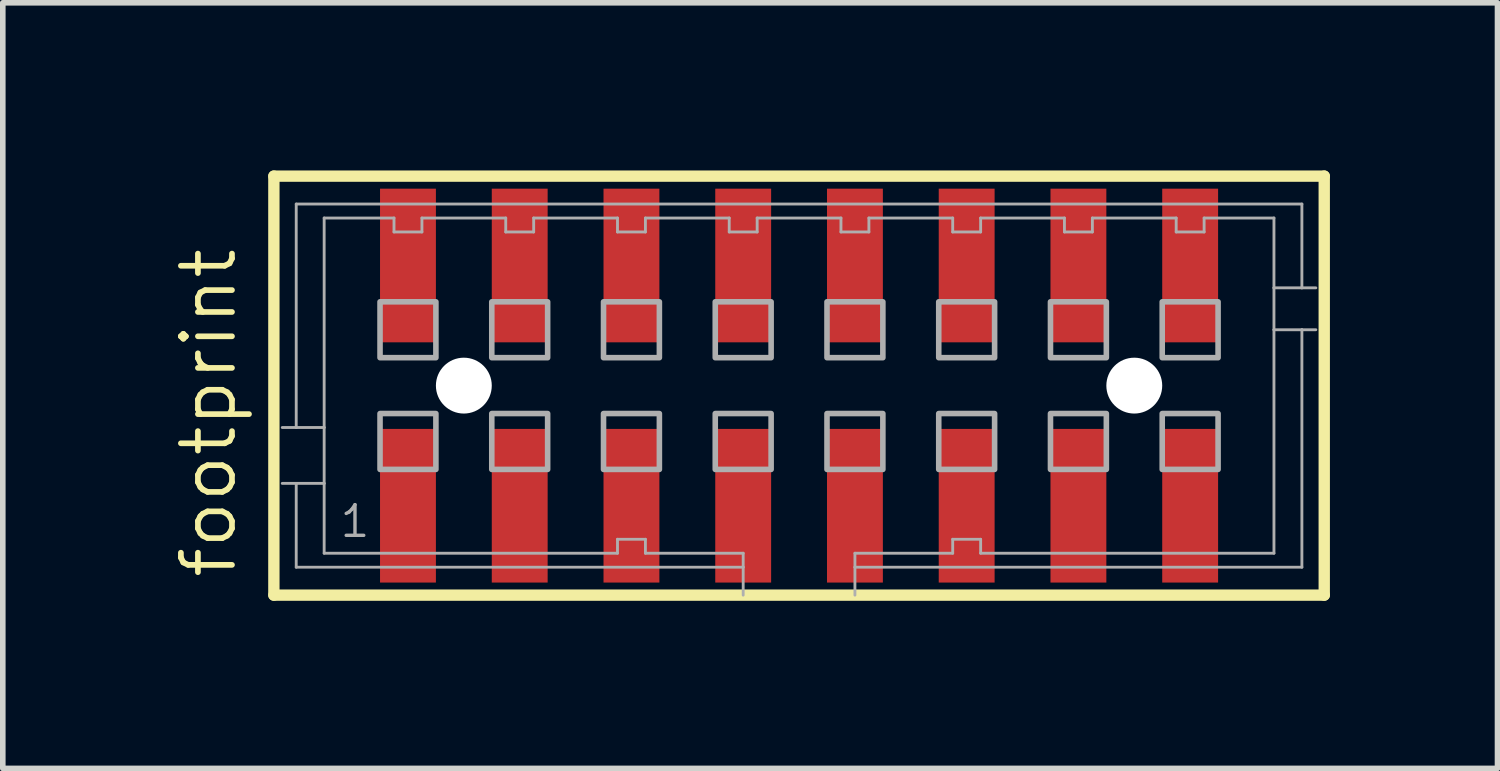
<source format=kicad_pcb>
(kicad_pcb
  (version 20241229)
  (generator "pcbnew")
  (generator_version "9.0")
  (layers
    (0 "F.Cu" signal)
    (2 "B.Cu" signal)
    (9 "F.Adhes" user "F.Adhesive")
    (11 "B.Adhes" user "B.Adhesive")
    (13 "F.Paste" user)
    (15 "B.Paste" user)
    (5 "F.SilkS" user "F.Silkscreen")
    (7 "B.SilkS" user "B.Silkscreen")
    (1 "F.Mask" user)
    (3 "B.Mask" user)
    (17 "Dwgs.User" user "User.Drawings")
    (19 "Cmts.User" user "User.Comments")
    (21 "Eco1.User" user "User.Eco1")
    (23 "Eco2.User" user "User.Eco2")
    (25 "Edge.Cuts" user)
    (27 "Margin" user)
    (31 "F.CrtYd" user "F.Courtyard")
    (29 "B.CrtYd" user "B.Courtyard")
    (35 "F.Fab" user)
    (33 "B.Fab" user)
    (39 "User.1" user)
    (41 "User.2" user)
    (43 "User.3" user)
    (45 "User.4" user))
  (footprint "footprint"
    (layer "F.Cu")
    (at 11.252 3.852)
    (property "Reference" "footprint" (at -10.033 3.493 90) (layer "F.SilkS") (effects (font (size 0.914 0.914) (thickness 0.102)) (justify left bottom)))
    (fp_line (start -9.4 -3.75) (end 9.4 -3.75) (stroke (width 0.203) (type solid)) (layer "F.SilkS"))
    (fp_line (start -9.4 3.75) (end -9.4 -3.75) (stroke (width 0.203) (type solid)) (layer "F.SilkS"))
    (fp_line (start 9.4 -3.75) (end 9.4 3.75) (stroke (width 0.203) (type solid)) (layer "F.SilkS"))
    (fp_line (start 9.4 3.75) (end -9.4 3.75) (stroke (width 0.203) (type solid)) (layer "F.SilkS"))
    (fp_line (start -9 -3.25) (end 9 -3.25) (stroke (width 0.051) (type solid)) (layer "F.Fab"))
    (fp_line (start -9 0.75) (end -9.25 0.75) (stroke (width 0.051) (type solid)) (layer "F.Fab"))
    (fp_line (start -9 0.75) (end -9 -3.25) (stroke (width 0.051) (type solid)) (layer "F.Fab"))
    (fp_line (start -9 1.75) (end -9.25 1.75) (stroke (width 0.051) (type solid)) (layer "F.Fab"))
    (fp_line (start -9 3.25) (end -9 1.75) (stroke (width 0.051) (type solid)) (layer "F.Fab"))
    (fp_line (start -8.5 -3) (end -8.5 0.75) (stroke (width 0.051) (type solid)) (layer "F.Fab"))
    (fp_line (start -8.5 0.75) (end -9 0.75) (stroke (width 0.051) (type solid)) (layer "F.Fab"))
    (fp_line (start -8.5 0.75) (end -8.5 1.75) (stroke (width 0.051) (type solid)) (layer "F.Fab"))
    (fp_line (start -8.5 1.75) (end -9 1.75) (stroke (width 0.051) (type solid)) (layer "F.Fab"))
    (fp_line (start -8.5 1.75) (end -8.5 3) (stroke (width 0.051) (type solid)) (layer "F.Fab"))
    (fp_line (start -8.5 3) (end -3.25 3) (stroke (width 0.051) (type solid)) (layer "F.Fab"))
    (fp_line (start -7.25 -3) (end -8.5 -3) (stroke (width 0.051) (type solid)) (layer "F.Fab"))
    (fp_line (start -7.25 -2.75) (end -7.25 -3) (stroke (width 0.051) (type solid)) (layer "F.Fab"))
    (fp_line (start -6.75 -3) (end -6.75 -2.75) (stroke (width 0.051) (type solid)) (layer "F.Fab"))
    (fp_line (start -6.75 -2.75) (end -7.25 -2.75) (stroke (width 0.051) (type solid)) (layer "F.Fab"))
    (fp_line (start -5.25 -3) (end -6.75 -3) (stroke (width 0.051) (type solid)) (layer "F.Fab"))
    (fp_line (start -5.25 -2.75) (end -5.25 -3) (stroke (width 0.051) (type solid)) (layer "F.Fab"))
    (fp_line (start -4.75 -3) (end -4.75 -2.75) (stroke (width 0.051) (type solid)) (layer "F.Fab"))
    (fp_line (start -4.75 -2.75) (end -5.25 -2.75) (stroke (width 0.051) (type solid)) (layer "F.Fab"))
    (fp_line (start -3.25 -3) (end -4.75 -3) (stroke (width 0.051) (type solid)) (layer "F.Fab"))
    (fp_line (start -3.25 -2.75) (end -3.25 -3) (stroke (width 0.051) (type solid)) (layer "F.Fab"))
    (fp_line (start -3.25 2.75) (end -2.75 2.75) (stroke (width 0.051) (type solid)) (layer "F.Fab"))
    (fp_line (start -3.25 3) (end -3.25 2.75) (stroke (width 0.051) (type solid)) (layer "F.Fab"))
    (fp_line (start -2.75 -3) (end -2.75 -2.75) (stroke (width 0.051) (type solid)) (layer "F.Fab"))
    (fp_line (start -2.75 -2.75) (end -3.25 -2.75) (stroke (width 0.051) (type solid)) (layer "F.Fab"))
    (fp_line (start -2.75 2.75) (end -2.75 3) (stroke (width 0.051) (type solid)) (layer "F.Fab"))
    (fp_line (start -2.75 3) (end -1 3) (stroke (width 0.051) (type solid)) (layer "F.Fab"))
    (fp_line (start -1.25 -3) (end -2.75 -3) (stroke (width 0.051) (type solid)) (layer "F.Fab"))
    (fp_line (start -1.25 -2.75) (end -1.25 -3) (stroke (width 0.051) (type solid)) (layer "F.Fab"))
    (fp_line (start -1 3) (end -1 3.25) (stroke (width 0.051) (type solid)) (layer "F.Fab"))
    (fp_line (start -1 3.25) (end -9 3.25) (stroke (width 0.051) (type solid)) (layer "F.Fab"))
    (fp_line (start -1 3.25) (end -1 3.75) (stroke (width 0.051) (type solid)) (layer "F.Fab"))
    (fp_line (start -0.75 -3) (end -0.75 -2.75) (stroke (width 0.051) (type solid)) (layer "F.Fab"))
    (fp_line (start -0.75 -2.75) (end -1.25 -2.75) (stroke (width 0.051) (type solid)) (layer "F.Fab"))
    (fp_line (start 0.75 -3) (end -0.75 -3) (stroke (width 0.051) (type solid)) (layer "F.Fab"))
    (fp_line (start 0.75 -2.75) (end 0.75 -3) (stroke (width 0.051) (type solid)) (layer "F.Fab"))
    (fp_line (start 1 3) (end 2.75 3) (stroke (width 0.051) (type solid)) (layer "F.Fab"))
    (fp_line (start 1 3.25) (end 1 3) (stroke (width 0.051) (type solid)) (layer "F.Fab"))
    (fp_line (start 1 3.75) (end 1 3.25) (stroke (width 0.051) (type solid)) (layer "F.Fab"))
    (fp_line (start 1.25 -3) (end 1.25 -2.75) (stroke (width 0.051) (type solid)) (layer "F.Fab"))
    (fp_line (start 1.25 -2.75) (end 0.75 -2.75) (stroke (width 0.051) (type solid)) (layer "F.Fab"))
    (fp_line (start 2.75 -3) (end 1.25 -3) (stroke (width 0.051) (type solid)) (layer "F.Fab"))
    (fp_line (start 2.75 -2.75) (end 2.75 -3) (stroke (width 0.051) (type solid)) (layer "F.Fab"))
    (fp_line (start 2.75 2.75) (end 3.25 2.75) (stroke (width 0.051) (type solid)) (layer "F.Fab"))
    (fp_line (start 2.75 3) (end 2.75 2.75) (stroke (width 0.051) (type solid)) (layer "F.Fab"))
    (fp_line (start 3.25 -3) (end 3.25 -2.75) (stroke (width 0.051) (type solid)) (layer "F.Fab"))
    (fp_line (start 3.25 -2.75) (end 2.75 -2.75) (stroke (width 0.051) (type solid)) (layer "F.Fab"))
    (fp_line (start 3.25 2.75) (end 3.25 3) (stroke (width 0.051) (type solid)) (layer "F.Fab"))
    (fp_line (start 3.25 3) (end 8.5 3) (stroke (width 0.051) (type solid)) (layer "F.Fab"))
    (fp_line (start 4.75 -3) (end 3.25 -3) (stroke (width 0.051) (type solid)) (layer "F.Fab"))
    (fp_line (start 4.75 -2.75) (end 4.75 -3) (stroke (width 0.051) (type solid)) (layer "F.Fab"))
    (fp_line (start 5.25 -3) (end 5.25 -2.75) (stroke (width 0.051) (type solid)) (layer "F.Fab"))
    (fp_line (start 5.25 -2.75) (end 4.75 -2.75) (stroke (width 0.051) (type solid)) (layer "F.Fab"))
    (fp_line (start 6.75 -3) (end 5.25 -3) (stroke (width 0.051) (type solid)) (layer "F.Fab"))
    (fp_line (start 6.75 -2.75) (end 6.75 -3) (stroke (width 0.051) (type solid)) (layer "F.Fab"))
    (fp_line (start 7.25 -3) (end 7.25 -2.75) (stroke (width 0.051) (type solid)) (layer "F.Fab"))
    (fp_line (start 7.25 -2.75) (end 6.75 -2.75) (stroke (width 0.051) (type solid)) (layer "F.Fab"))
    (fp_line (start 8.5 -3) (end 7.25 -3) (stroke (width 0.051) (type solid)) (layer "F.Fab"))
    (fp_line (start 8.5 -1.75) (end 8.5 -3) (stroke (width 0.051) (type solid)) (layer "F.Fab"))
    (fp_line (start 8.5 -1.75) (end 9 -1.75) (stroke (width 0.051) (type solid)) (layer "F.Fab"))
    (fp_line (start 8.5 -1) (end 8.5 -1.75) (stroke (width 0.051) (type solid)) (layer "F.Fab"))
    (fp_line (start 8.5 -1) (end 9 -1) (stroke (width 0.051) (type solid)) (layer "F.Fab"))
    (fp_line (start 8.5 3) (end 8.5 -1) (stroke (width 0.051) (type solid)) (layer "F.Fab"))
    (fp_line (start 9 -3.25) (end 9 -1.75) (stroke (width 0.051) (type solid)) (layer "F.Fab"))
    (fp_line (start 9 -1.75) (end 9.25 -1.75) (stroke (width 0.051) (type solid)) (layer "F.Fab"))
    (fp_line (start 9 -1) (end 9 3.25) (stroke (width 0.051) (type solid)) (layer "F.Fab"))
    (fp_line (start 9 -1) (end 9.25 -1) (stroke (width 0.051) (type solid)) (layer "F.Fab"))
    (fp_line (start 9 3.25) (end 1 3.25) (stroke (width 0.051) (type solid)) (layer "F.Fab"))
    (fp_poly (pts (xy -7.5 -0.5) (xy -6.5 -0.5) (xy -6.5 -1.5) (xy -7.5 -1.5)) (stroke (width 0.1) (type solid)) (fill no) (layer "F.Fab"))
    (fp_poly (pts (xy -7.5 1.5) (xy -6.5 1.5) (xy -6.5 0.5) (xy -7.5 0.5)) (stroke (width 0.1) (type solid)) (fill no) (layer "F.Fab"))
    (fp_poly (pts (xy -5.5 -0.5) (xy -4.5 -0.5) (xy -4.5 -1.5) (xy -5.5 -1.5)) (stroke (width 0.1) (type solid)) (fill no) (layer "F.Fab"))
    (fp_poly (pts (xy -5.5 1.5) (xy -4.5 1.5) (xy -4.5 0.5) (xy -5.5 0.5)) (stroke (width 0.1) (type solid)) (fill no) (layer "F.Fab"))
    (fp_poly (pts (xy -3.5 -0.5) (xy -2.5 -0.5) (xy -2.5 -1.5) (xy -3.5 -1.5)) (stroke (width 0.1) (type solid)) (fill no) (layer "F.Fab"))
    (fp_poly (pts (xy -3.5 1.5) (xy -2.5 1.5) (xy -2.5 0.5) (xy -3.5 0.5)) (stroke (width 0.1) (type solid)) (fill no) (layer "F.Fab"))
    (fp_poly (pts (xy -1.5 -0.5) (xy -0.5 -0.5) (xy -0.5 -1.5) (xy -1.5 -1.5)) (stroke (width 0.1) (type solid)) (fill no) (layer "F.Fab"))
    (fp_poly (pts (xy -1.5 1.5) (xy -0.5 1.5) (xy -0.5 0.5) (xy -1.5 0.5)) (stroke (width 0.1) (type solid)) (fill no) (layer "F.Fab"))
    (fp_poly (pts (xy 0.5 -0.5) (xy 1.5 -0.5) (xy 1.5 -1.5) (xy 0.5 -1.5)) (stroke (width 0.1) (type solid)) (fill no) (layer "F.Fab"))
    (fp_poly (pts (xy 0.5 1.5) (xy 1.5 1.5) (xy 1.5 0.5) (xy 0.5 0.5)) (stroke (width 0.1) (type solid)) (fill no) (layer "F.Fab"))
    (fp_poly (pts (xy 2.5 -0.5) (xy 3.5 -0.5) (xy 3.5 -1.5) (xy 2.5 -1.5)) (stroke (width 0.1) (type solid)) (fill no) (layer "F.Fab"))
    (fp_poly (pts (xy 2.5 1.5) (xy 3.5 1.5) (xy 3.5 0.5) (xy 2.5 0.5)) (stroke (width 0.1) (type solid)) (fill no) (layer "F.Fab"))
    (fp_poly (pts (xy 4.5 -0.5) (xy 5.5 -0.5) (xy 5.5 -1.5) (xy 4.5 -1.5)) (stroke (width 0.1) (type solid)) (fill no) (layer "F.Fab"))
    (fp_poly (pts (xy 4.5 1.5) (xy 5.5 1.5) (xy 5.5 0.5) (xy 4.5 0.5)) (stroke (width 0.1) (type solid)) (fill no) (layer "F.Fab"))
    (fp_poly (pts (xy 6.5 -0.5) (xy 7.5 -0.5) (xy 7.5 -1.5) (xy 6.5 -1.5)) (stroke (width 0.1) (type solid)) (fill no) (layer "F.Fab"))
    (fp_poly (pts (xy 6.5 1.5) (xy 7.5 1.5) (xy 7.5 0.5) (xy 6.5 0.5)) (stroke (width 0.1) (type solid)) (fill no) (layer "F.Fab"))
    (fp_text user "1" (at -8.25 2.75 0) (layer "F.Fab") (effects (font (size 0.549 0.549) (thickness 0.061)) (justify left bottom)))
    (pad "" np_thru_hole circle (at -6 0) (size 1 1) (drill 1) (layers "*.Cu" "*.Mask"))
    (pad "" np_thru_hole circle (at 6 0) (size 1 1) (drill 1) (layers "*.Cu" "*.Mask"))
    (pad "1" smd rect (at -7 2.15) (size 1 2.75) (layers "F.Cu" "F.Mask" "F.Paste"))
    (pad "2" smd rect (at -7 -2.15) (size 1 2.75) (layers "F.Cu" "F.Mask" "F.Paste"))
    (pad "3" smd rect (at -5 2.15) (size 1 2.75) (layers "F.Cu" "F.Mask" "F.Paste"))
    (pad "4" smd rect (at -5 -2.15) (size 1 2.75) (layers "F.Cu" "F.Mask" "F.Paste"))
    (pad "5" smd rect (at -3 2.15) (size 1 2.75) (layers "F.Cu" "F.Mask" "F.Paste"))
    (pad "6" smd rect (at -3 -2.15) (size 1 2.75) (layers "F.Cu" "F.Mask" "F.Paste"))
    (pad "7" smd rect (at -1 2.15) (size 1 2.75) (layers "F.Cu" "F.Mask" "F.Paste"))
    (pad "8" smd rect (at -1 -2.15) (size 1 2.75) (layers "F.Cu" "F.Mask" "F.Paste"))
    (pad "9" smd rect (at 1 2.15 180) (size 1 2.75) (layers "F.Cu" "F.Mask" "F.Paste"))
    (pad "10" smd rect (at 1 -2.15 180) (size 1 2.75) (layers "F.Cu" "F.Mask" "F.Paste"))
    (pad "11" smd rect (at 3 2.15) (size 1 2.75) (layers "F.Cu" "F.Mask" "F.Paste"))
    (pad "12" smd rect (at 3 -2.15) (size 1 2.75) (layers "F.Cu" "F.Mask" "F.Paste"))
    (pad "13" smd rect (at 5 2.15) (size 1 2.75) (layers "F.Cu" "F.Mask" "F.Paste"))
    (pad "14" smd rect (at 5 -2.15) (size 1 2.75) (layers "F.Cu" "F.Mask" "F.Paste"))
    (pad "15" smd rect (at 7 2.15 180) (size 1 2.75) (layers "F.Cu" "F.Mask" "F.Paste"))
    (pad "16" smd rect (at 7 -2.15) (size 1 2.75) (layers "F.Cu" "F.Mask" "F.Paste")))
  (gr_rect
    (start -3 -3)
    (end 23.753 10.703)
    (stroke (width 0.1) (type default))
    (fill no)
    (layer "Edge.Cuts")))
</source>
